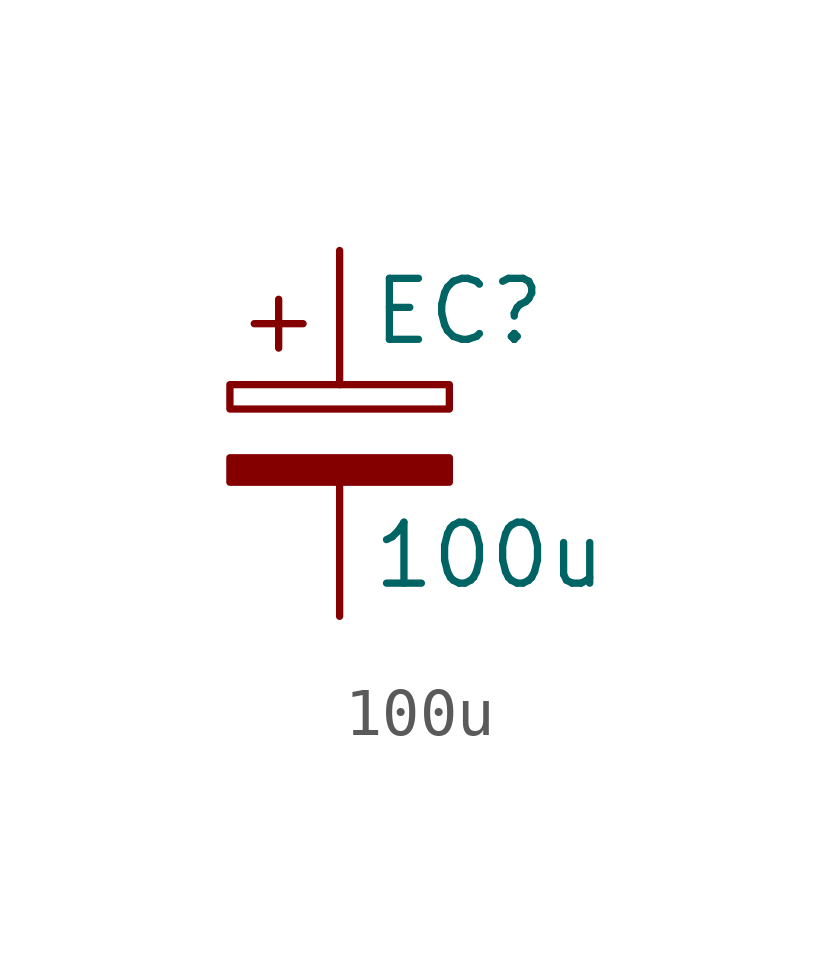
<source format=kicad_sym>
(kicad_symbol_lib
  (version 20211014)
  (generator kicad_symbol_editor)
  (symbol "100u"
    (pin_numbers hide)
    (pin_names
      (offset 0.254))
    (property "Reference" "EC"
      (at 0.635 2.54 0)
      (effects (font (size 1.27 1.27)) (justify left)))
    (property "Value" "100u"
      (at 0.635 -2.54 0)
      (effects (font (size 1.27 1.27)) (justify left)))
    (symbol "100u_0_1"
      (rectangle (start -2.286 0.508) (end 2.286 1.016) (stroke (width 0) (type default) (color 0 0 0 0)) (fill (type none)))
      (polyline (pts (xy -1.778 2.286) (xy -0.762 2.286)) (stroke (width 0) (type default) (color 0 0 0 0)) (fill (type none)))
      (polyline (pts (xy -1.27 2.794) (xy -1.27 1.778)) (stroke (width 0) (type default) (color 0 0 0 0)) (fill (type none)))
      (rectangle (start 2.286 -0.508) (end -2.286 -1.016) (stroke (width 0) (type default) (color 0 0 0 0)) (fill (type outline))))
    (symbol "100u_1_1"
      (pin passive line (at 0 3.81 270) (length 2.794) (name "~" (effects (font (size 1.27 1.27)))) (number "1" (effects (font (size 1.27 1.27)))))
      (pin passive line (at 0 -3.81 90) (length 2.794) (name "~" (effects (font (size 1.27 1.27)))) (number "2" (effects (font (size 1.27 1.27))))))))
</source>
